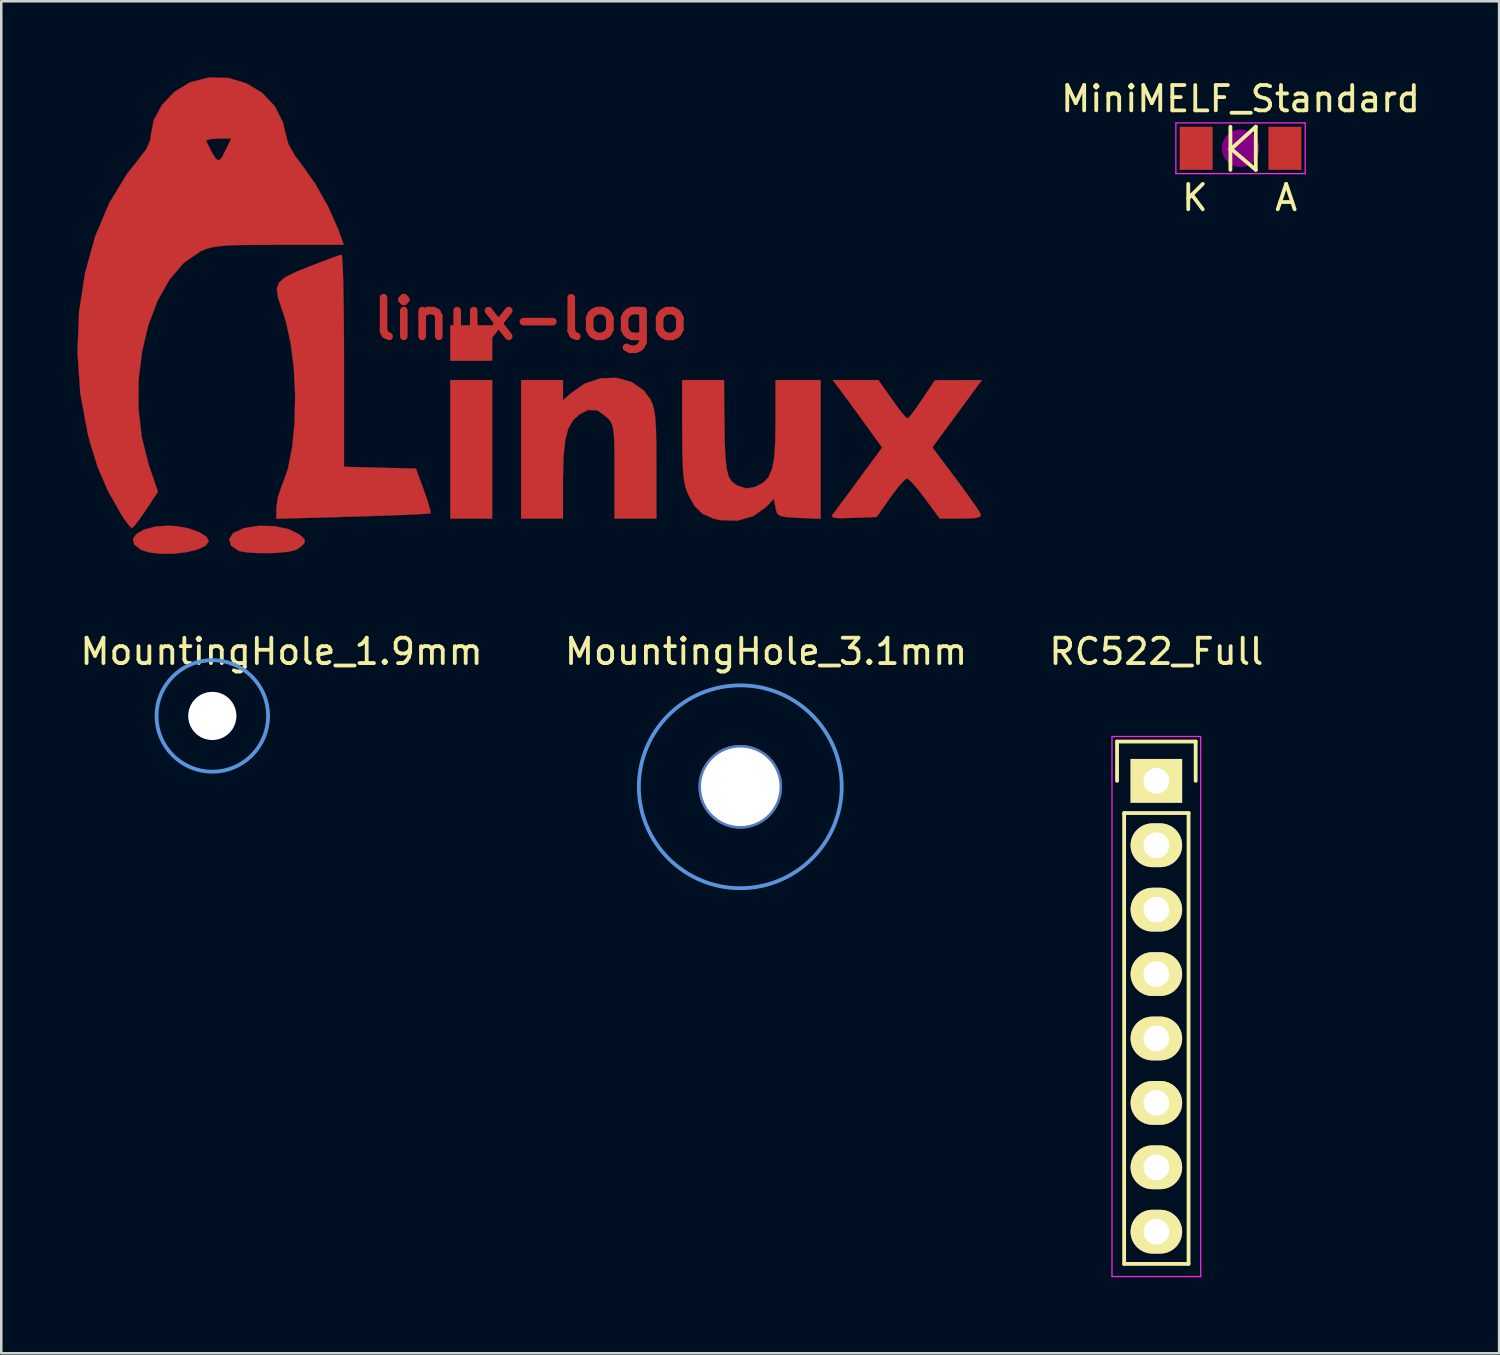
<source format=kicad_pcb>
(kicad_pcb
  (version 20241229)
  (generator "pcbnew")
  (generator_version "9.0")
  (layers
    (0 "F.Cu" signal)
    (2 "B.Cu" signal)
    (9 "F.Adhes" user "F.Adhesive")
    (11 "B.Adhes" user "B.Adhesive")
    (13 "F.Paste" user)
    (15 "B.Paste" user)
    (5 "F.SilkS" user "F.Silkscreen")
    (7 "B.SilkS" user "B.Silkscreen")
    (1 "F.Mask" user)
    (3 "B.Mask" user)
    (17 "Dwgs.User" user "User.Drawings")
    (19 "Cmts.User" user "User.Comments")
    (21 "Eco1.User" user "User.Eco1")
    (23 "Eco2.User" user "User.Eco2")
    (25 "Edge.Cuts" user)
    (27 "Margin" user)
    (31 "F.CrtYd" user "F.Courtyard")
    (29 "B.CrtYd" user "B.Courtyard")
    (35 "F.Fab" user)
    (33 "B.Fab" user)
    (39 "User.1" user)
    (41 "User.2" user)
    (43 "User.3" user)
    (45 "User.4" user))
  (footprint "linux-logo"
    (layer "F.Cu")
    (at 17.883 9.526)
    (property "Reference" "linux-logo" (at 0 0 0) (layer "F.Cu") (effects (font (size 1.524 1.524) (thickness 0.3))))
    (attr through_hole)
    (fp_poly (pts (xy -1.524 1.651) (xy -3.175 1.651) (xy -3.175 0.254) (xy -1.524 0.254) (xy -1.524 1.651)) (stroke (width 0.01) (type solid)) (fill yes) (layer "F.Cu"))
    (fp_poly (pts (xy -1.524 7.874) (xy -3.175 7.874) (xy -3.175 2.413) (xy -1.524 2.413) (xy -1.524 7.874)) (stroke (width 0.01) (type solid)) (fill yes) (layer "F.Cu"))
    (fp_poly (pts (xy -13.992 8.172) (xy -13.493 8.263) (xy -13.07 8.415) (xy -12.786 8.6) (xy -12.7 8.763) (xy -12.816 8.941) (xy -13.125 9.088) (xy -13.564 9.197) (xy -14.073 9.258) (xy -14.591 9.265) (xy -15.057 9.209) (xy -15.367 9.107) (xy -15.639 8.897) (xy -15.689 8.68) (xy -15.549 8.477) (xy -15.247 8.308) (xy -14.817 8.194) (xy -14.287 8.156) (xy -13.992 8.172)) (stroke (width 0.01) (type solid)) (fill yes) (layer "F.Cu"))
    (fp_poly (pts (xy -10.113 8.175) (xy -9.544 8.292) (xy -9.116 8.509) (xy -9.113 8.512) (xy -8.922 8.691) (xy -8.919 8.823) (xy -9.053 8.976) (xy -9.249 9.106) (xy -9.564 9.186) (xy -10.056 9.229) (xy -10.259 9.237) (xy -10.772 9.236) (xy -11.217 9.206) (xy -11.507 9.153) (xy -11.528 9.145) (xy -11.82 8.94) (xy -11.897 8.692) (xy -11.744 8.455) (xy -11.732 8.445) (xy -11.298 8.249) (xy -10.728 8.16) (xy -10.113 8.175)) (stroke (width 0.01) (type solid)) (fill yes) (layer "F.Cu"))
    (fp_poly (pts (xy 3.97 2.484) (xy 4.456 2.823) (xy 4.721 3.183) (xy 4.809 3.38) (xy 4.872 3.621) (xy 4.914 3.949) (xy 4.939 4.408) (xy 4.95 5.04) (xy 4.953 5.745) (xy 4.953 7.874) (xy 3.302 7.874) (xy 3.302 6.027) (xy 3.3 5.305) (xy 3.291 4.791) (xy 3.266 4.441) (xy 3.221 4.21) (xy 3.149 4.051) (xy 3.042 3.921) (xy 2.99 3.868) (xy 2.623 3.607) (xy 2.259 3.591) (xy 1.92 3.763) (xy 1.662 4.003) (xy 1.478 4.332) (xy 1.358 4.789) (xy 1.292 5.415) (xy 1.27 6.248) (xy 1.27 6.346) (xy 1.27 7.874) (xy -0.381 7.874) (xy -0.381 2.413) (xy 1.27 2.413) (xy 1.27 3.219) (xy 1.557 2.949) (xy 2.128 2.552) (xy 2.754 2.345) (xy 3.385 2.324) (xy 3.97 2.484)) (stroke (width 0.01) (type solid)) (fill yes) (layer "F.Cu"))
    (fp_poly (pts (xy -7.438 -2.413) (xy -7.418 -2.068) (xy -7.399 -1.528) (xy -7.384 -0.823) (xy -7.374 0.018) (xy -7.367 0.965) (xy -7.366 1.647) (xy -7.366 5.834) (xy -5.948 5.87) (xy -4.529 5.905) (xy -4.215 6.765) (xy -4.068 7.19) (xy -3.973 7.511) (xy -3.948 7.665) (xy -3.95 7.669) (xy -4.086 7.685) (xy -4.44 7.705) (xy -4.976 7.729) (xy -5.66 7.755) (xy -6.455 7.782) (xy -7.017 7.798) (xy -10.033 7.884) (xy -10.033 7.454) (xy -9.973 7.027) (xy -9.831 6.62) (xy -9.585 5.939) (xy -9.412 5.074) (xy -9.315 4.084) (xy -9.292 3.026) (xy -9.344 1.959) (xy -9.472 0.943) (xy -9.676 0.036) (xy -9.802 -0.349) (xy -9.965 -0.826) (xy -10.018 -1.171) (xy -9.934 -1.428) (xy -9.685 -1.643) (xy -9.243 -1.86) (xy -8.763 -2.054) (xy -8.249 -2.252) (xy -7.824 -2.411) (xy -7.542 -2.51) (xy -7.461 -2.533) (xy -7.438 -2.413)) (stroke (width 0.01) (type solid)) (fill yes) (layer "F.Cu"))
    (fp_poly (pts (xy 7.635 4.032) (xy 7.648 4.864) (xy 7.676 5.479) (xy 7.725 5.917) (xy 7.804 6.214) (xy 7.921 6.408) (xy 8.084 6.537) (xy 8.17 6.583) (xy 8.5 6.688) (xy 8.821 6.631) (xy 8.905 6.598) (xy 9.184 6.445) (xy 9.385 6.227) (xy 9.521 5.905) (xy 9.603 5.44) (xy 9.643 4.794) (xy 9.652 4.07) (xy 9.652 2.413) (xy 11.43 2.413) (xy 11.43 7.886) (xy 10.574 7.848) (xy 10.118 7.822) (xy 9.856 7.778) (xy 9.726 7.689) (xy 9.668 7.528) (xy 9.653 7.45) (xy 9.588 7.09) (xy 9.28 7.419) (xy 8.777 7.779) (xy 8.15 7.956) (xy 7.463 7.935) (xy 7.199 7.872) (xy 6.773 7.685) (xy 6.462 7.384) (xy 6.206 6.921) (xy 6.114 6.679) (xy 6.049 6.388) (xy 6.007 6.002) (xy 5.983 5.475) (xy 5.973 4.758) (xy 5.972 4.413) (xy 5.969 2.413) (xy 7.62 2.413) (xy 7.635 4.032)) (stroke (width 0.01) (type solid)) (fill yes) (layer "F.Cu"))
    (fp_poly (pts (xy 14.245 3.175) (xy 14.514 3.544) (xy 14.729 3.815) (xy 14.847 3.935) (xy 14.853 3.937) (xy 14.953 3.839) (xy 15.15 3.582) (xy 15.404 3.218) (xy 15.431 3.179) (xy 15.938 2.42) (xy 16.864 2.417) (xy 17.79 2.413) (xy 17.111 3.334) (xy 16.765 3.805) (xy 16.438 4.249) (xy 16.188 4.589) (xy 16.134 4.662) (xy 15.836 5.069) (xy 16.75 6.285) (xy 17.114 6.776) (xy 17.421 7.206) (xy 17.64 7.526) (xy 17.736 7.688) (xy 17.731 7.789) (xy 17.588 7.847) (xy 17.263 7.871) (xy 16.968 7.874) (xy 16.128 7.874) (xy 15.544 7.08) (xy 15.252 6.704) (xy 15.006 6.424) (xy 14.852 6.291) (xy 14.835 6.287) (xy 14.706 6.383) (xy 14.483 6.639) (xy 14.21 7.001) (xy 14.176 7.048) (xy 13.643 7.811) (xy 12.706 7.848) (xy 12.225 7.86) (xy 11.96 7.842) (xy 11.872 7.789) (xy 11.9 7.721) (xy 12.024 7.558) (xy 12.263 7.238) (xy 12.583 6.806) (xy 12.945 6.316) (xy 13.859 5.075) (xy 13.195 4.157) (xy 12.851 3.683) (xy 12.524 3.236) (xy 12.271 2.894) (xy 12.219 2.826) (xy 11.908 2.413) (xy 13.707 2.413) (xy 14.245 3.175)) (stroke (width 0.01) (type solid)) (fill yes) (layer "F.Cu"))
    (fp_poly (pts (xy -11.931 -9.502) (xy -11.221 -9.292) (xy -10.597 -8.916) (xy -10.1 -8.395) (xy -9.776 -7.753) (xy -9.686 -7.355) (xy -9.563 -6.9) (xy -9.294 -6.425) (xy -9.05 -6.103) (xy -8.504 -5.331) (xy -7.995 -4.433) (xy -7.595 -3.533) (xy -7.548 -3.404) (xy -7.377 -2.921) (xy -9.935 -2.921) (xy -10.818 -2.919) (xy -11.487 -2.911) (xy -11.983 -2.893) (xy -12.347 -2.861) (xy -12.618 -2.813) (xy -12.837 -2.745) (xy -13.041 -2.656) (xy -13.685 -2.21) (xy -14.245 -1.557) (xy -14.711 -0.735) (xy -15.076 0.221) (xy -15.33 1.275) (xy -15.466 2.39) (xy -15.473 3.53) (xy -15.345 4.659) (xy -15.071 5.741) (xy -15.055 5.791) (xy -14.703 6.819) (xy -15.18 7.537) (xy -15.43 7.897) (xy -15.629 8.155) (xy -15.734 8.255) (xy -15.734 8.255) (xy -15.84 8.156) (xy -16.024 7.905) (xy -16.147 7.715) (xy -16.672 6.788) (xy -17.07 5.874) (xy -17.388 4.856) (xy -17.469 4.541) (xy -17.765 2.939) (xy -17.878 1.324) (xy -17.814 -0.269) (xy -17.579 -1.805) (xy -17.179 -3.252) (xy -16.622 -4.573) (xy -15.912 -5.736) (xy -15.504 -6.245) (xy -15.162 -6.692) (xy -15.023 -7.017) (xy -12.802 -7.017) (xy -12.57 -6.553) (xy -12.411 -6.304) (xy -12.29 -6.252) (xy -12.172 -6.383) (xy -12.027 -6.668) (xy -11.815 -7.112) (xy -12.332 -7.112) (xy -12.64 -7.092) (xy -12.797 -7.04) (xy -12.802 -7.017) (xy -15.023 -7.017) (xy -15.004 -7.06) (xy -14.986 -7.232) (xy -14.868 -7.846) (xy -14.544 -8.438) (xy -14.058 -8.95) (xy -13.455 -9.319) (xy -13.433 -9.328) (xy -12.683 -9.521) (xy -11.931 -9.502)) (stroke (width 0.01) (type solid)) (fill yes) (layer "F.Cu")))
  (footprint "MiniMELF_Standard"
    (layer "F.Cu")
    (at 45.874 2.798)
    (property "Reference" "MiniMELF_Standard" (at 0 -1.95 0) (layer "F.SilkS") (effects (font (size 1 1) (thickness 0.15))))
    (attr smd)
    (fp_line (start -0.4 -0.85) (end -0.4 0.85) (stroke (width 0.15) (type solid)) (layer "F.SilkS"))
    (fp_line (start -0.4 0.051) (end 0.601 -0.85) (stroke (width 0.15) (type solid)) (layer "F.SilkS"))
    (fp_line (start 0.601 -0.85) (end 0.601 0.85) (stroke (width 0.15) (type solid)) (layer "F.SilkS"))
    (fp_line (start 0.601 0.85) (end -0.4 0) (stroke (width 0.15) (type solid)) (layer "F.SilkS"))
    (fp_circle (center 0 0) (end 0 0.201) (stroke (width 0.381) (type solid)) (fill no) (layer "F.Adhes"))
    (fp_circle (center 0 0) (end 0 0.551) (stroke (width 0.381) (type solid)) (fill no) (layer "F.Adhes"))
    (fp_line (start -2.55 -1) (end 2.55 -1) (stroke (width 0.05) (type solid)) (layer "F.CrtYd"))
    (fp_line (start -2.55 1) (end -2.55 -1) (stroke (width 0.05) (type solid)) (layer "F.CrtYd"))
    (fp_line (start 2.55 -1) (end 2.55 1) (stroke (width 0.05) (type solid)) (layer "F.CrtYd"))
    (fp_line (start 2.55 1) (end -2.55 1) (stroke (width 0.05) (type solid)) (layer "F.CrtYd"))
    (fp_text user "A" (at 1.8 1.95 0) (layer "F.SilkS") (effects (font (size 1 1) (thickness 0.15))))
    (fp_text user "K" (at -1.8 1.95 0) (layer "F.SilkS") (effects (font (size 1 1) (thickness 0.15))))
    (pad "1" smd rect (at 1.75 0) (size 1.3 1.699) (layers "F.Cu" "F.Mask" "F.Paste"))
    (pad "2" smd rect (at -1.75 0) (size 1.3 1.699) (layers "F.Cu" "F.Mask" "F.Paste")))
  (footprint "RC522_Full"
    (layer "F.Cu")
    (at 42.554 27.745)
    (property "Reference" "RC522_Full" (at 0 -5.1 0) (layer "F.SilkS") (effects (font (size 1 1) (thickness 0.15))))
    (attr through_hole)
    (fp_line (start -1.55 -1.55) (end 1.55 -1.55) (stroke (width 0.15) (type solid)) (layer "F.SilkS"))
    (fp_line (start -1.55 0) (end -1.55 -1.55) (stroke (width 0.15) (type solid)) (layer "F.SilkS"))
    (fp_line (start -1.27 19.05) (end -1.27 1.27) (stroke (width 0.15) (type solid)) (layer "F.SilkS"))
    (fp_line (start 1.27 1.27) (end -1.27 1.27) (stroke (width 0.15) (type solid)) (layer "F.SilkS"))
    (fp_line (start 1.27 1.27) (end 1.27 19.05) (stroke (width 0.15) (type solid)) (layer "F.SilkS"))
    (fp_line (start 1.27 19.05) (end -1.27 19.05) (stroke (width 0.15) (type solid)) (layer "F.SilkS"))
    (fp_line (start 1.55 -1.55) (end 1.55 0) (stroke (width 0.15) (type solid)) (layer "F.SilkS"))
    (fp_line (start -1.75 -1.75) (end -1.75 19.55) (stroke (width 0.05) (type solid)) (layer "F.CrtYd"))
    (fp_line (start -1.75 -1.75) (end 1.75 -1.75) (stroke (width 0.05) (type solid)) (layer "F.CrtYd"))
    (fp_line (start -1.75 19.55) (end 1.75 19.55) (stroke (width 0.05) (type solid)) (layer "F.CrtYd"))
    (fp_line (start 1.75 -1.75) (end 1.75 19.55) (stroke (width 0.05) (type solid)) (layer "F.CrtYd"))
    (pad "1" thru_hole rect (at 0 0) (size 2.032 1.727) (drill 1.016) (layers "*.Cu" "*.Mask" "F.SilkS"))
    (pad "2" thru_hole oval (at 0 2.54) (size 2.032 1.727) (drill 1.016) (layers "*.Cu" "*.Mask" "F.SilkS"))
    (pad "3" thru_hole oval (at 0 5.08) (size 2.032 1.727) (drill 1.016) (layers "*.Cu" "*.Mask" "F.SilkS"))
    (pad "4" thru_hole oval (at 0 7.62) (size 2.032 1.727) (drill 1.016) (layers "*.Cu" "*.Mask" "F.SilkS"))
    (pad "5" thru_hole oval (at 0 10.16) (size 2.032 1.727) (drill 1.016) (layers "*.Cu" "*.Mask" "F.SilkS"))
    (pad "6" thru_hole oval (at 0 12.7) (size 2.032 1.727) (drill 1.016) (layers "*.Cu" "*.Mask" "F.SilkS"))
    (pad "7" thru_hole oval (at 0 15.24) (size 2.032 1.727) (drill 1.016) (layers "*.Cu" "*.Mask" "F.SilkS"))
    (pad "8" thru_hole oval (at 0 17.78) (size 2.032 1.727) (drill 1.016) (layers "*.Cu" "*.Mask" "F.SilkS")))
  (footprint "MountingHole_1.9mm"
    (layer "F.Cu")
    (at 5.323 25.185)
    (property "Reference" "MountingHole_1.9mm" (at 2.731 -2.54 0) (layer "F.SilkS") (effects (font (size 1 1) (thickness 0.15))))
    (attr through_hole)
    (fp_circle (center 0 0) (end 2.2 0) (stroke (width 0.15) (type solid)) (fill no) (layer "Cmts.User"))
    (fp_circle (center 0 0) (end 2.2 0) (stroke (width 0.05) (type solid)) (fill no) (layer "F.CrtYd"))
    (pad "" np_thru_hole circle (at 0 0) (size 1.9 1.9) (drill 1.9) (layers "*.Cu" "*.Mask")))
  (footprint "MountingHole_3.1mm"
    (layer "F.Cu")
    (at 26.145 27.979)
    (property "Reference" "MountingHole_3.1mm" (at 1.016 -5.334 0) (layer "F.SilkS") (effects (font (size 1 1) (thickness 0.15))))
    (attr through_hole)
    (fp_circle (center 0 0) (end 4 0) (stroke (width 0.15) (type solid)) (fill no) (layer "Cmts.User"))
    (fp_circle (center 0 0) (end 4 0) (stroke (width 0.05) (type solid)) (fill no) (layer "F.CrtYd"))
    (pad "1" thru_hole circle (at 0 0) (size 3.3 3.3) (drill 3.1) (layers "*.Cu" "*.Mask")))
  (gr_rect
    (start -3 -3)
    (end 56.071 50.32)
    (stroke (width 0.1) (type default))
    (fill no)
    (layer "Edge.Cuts")))
</source>
